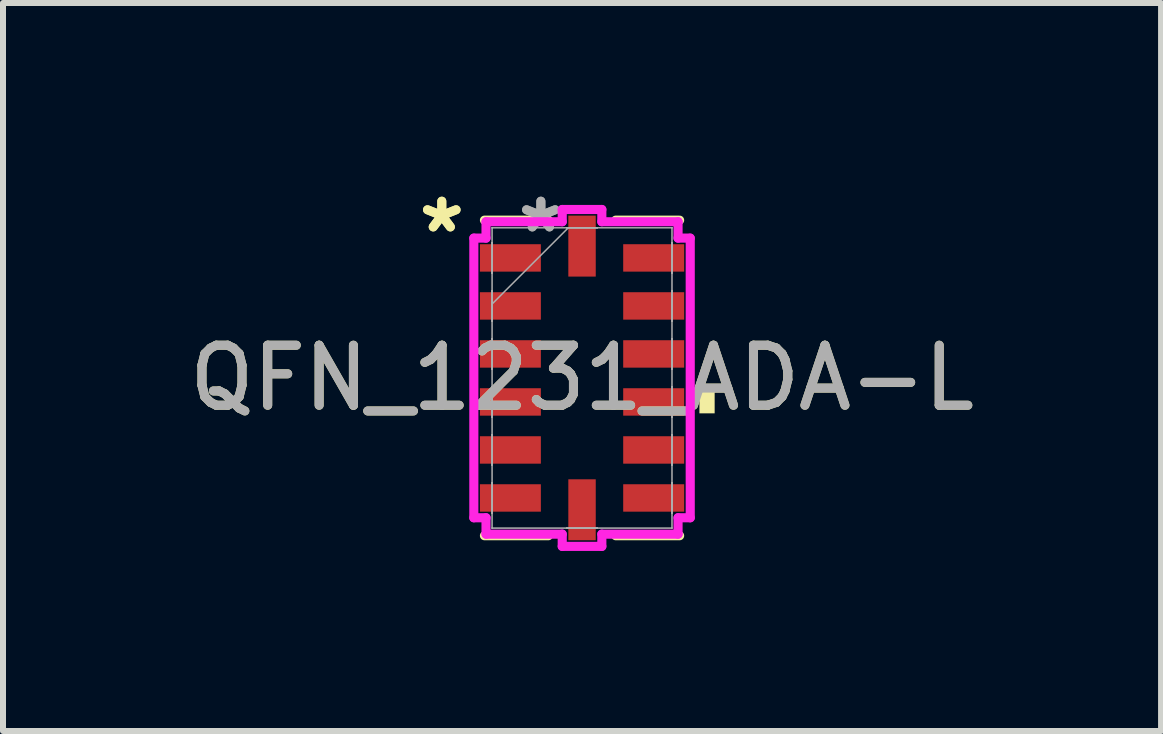
<source format=kicad_pcb>
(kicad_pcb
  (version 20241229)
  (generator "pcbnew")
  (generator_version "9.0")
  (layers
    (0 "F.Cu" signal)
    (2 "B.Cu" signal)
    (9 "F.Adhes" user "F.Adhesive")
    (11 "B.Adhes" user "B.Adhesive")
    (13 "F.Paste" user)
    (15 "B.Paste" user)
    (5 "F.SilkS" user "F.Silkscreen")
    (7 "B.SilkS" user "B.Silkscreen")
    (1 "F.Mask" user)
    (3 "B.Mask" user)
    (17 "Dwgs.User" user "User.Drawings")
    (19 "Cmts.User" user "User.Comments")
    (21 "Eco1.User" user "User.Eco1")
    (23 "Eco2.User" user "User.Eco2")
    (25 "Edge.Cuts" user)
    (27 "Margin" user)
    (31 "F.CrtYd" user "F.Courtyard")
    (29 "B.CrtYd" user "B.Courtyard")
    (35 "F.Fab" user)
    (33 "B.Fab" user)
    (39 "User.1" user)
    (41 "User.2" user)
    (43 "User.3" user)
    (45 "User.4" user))
  (footprint "QFN_1231_ADA-L"
    (layer "F.Cu")
    (at 6.649 3.248)
    (property "Reference" "QFN_1231_ADA-L" (at 0 0 0) (unlocked yes) (layer "F.SilkS") (effects (font (size 1 1) (thickness 0.15))))
    (attr smd)
    (fp_line (start -1.626 2.629) (end -0.561 2.629) (stroke (width 0.152) (type solid)) (layer "F.SilkS"))
    (fp_line (start -0.561 -2.629) (end -1.626 -2.629) (stroke (width 0.152) (type solid)) (layer "F.SilkS"))
    (fp_line (start 0.561 2.629) (end 1.626 2.629) (stroke (width 0.152) (type solid)) (layer "F.SilkS"))
    (fp_line (start 1.626 -2.629) (end 0.561 -2.629) (stroke (width 0.152) (type solid)) (layer "F.SilkS"))
    (fp_poly (pts (xy 2.21 0.209) (xy 2.21 0.59) (xy 1.956 0.59) (xy 1.956 0.209)) (stroke (width 0) (type solid)) (fill yes) (layer "F.SilkS"))
    (fp_line (start -1.803 -2.33) (end -1.6 -2.33) (stroke (width 0.152) (type solid)) (layer "F.CrtYd"))
    (fp_line (start -1.803 2.33) (end -1.803 -2.33) (stroke (width 0.152) (type solid)) (layer "F.CrtYd"))
    (fp_line (start -1.6 -2.603) (end -0.33 -2.603) (stroke (width 0.152) (type solid)) (layer "F.CrtYd"))
    (fp_line (start -1.6 -2.33) (end -1.6 -2.603) (stroke (width 0.152) (type solid)) (layer "F.CrtYd"))
    (fp_line (start -1.6 2.33) (end -1.803 2.33) (stroke (width 0.152) (type solid)) (layer "F.CrtYd"))
    (fp_line (start -1.6 2.603) (end -1.6 2.33) (stroke (width 0.152) (type solid)) (layer "F.CrtYd"))
    (fp_line (start -0.33 -2.807) (end 0.33 -2.807) (stroke (width 0.152) (type solid)) (layer "F.CrtYd"))
    (fp_line (start -0.33 -2.603) (end -0.33 -2.807) (stroke (width 0.152) (type solid)) (layer "F.CrtYd"))
    (fp_line (start -0.33 2.603) (end -1.6 2.603) (stroke (width 0.152) (type solid)) (layer "F.CrtYd"))
    (fp_line (start -0.33 2.807) (end -0.33 2.603) (stroke (width 0.152) (type solid)) (layer "F.CrtYd"))
    (fp_line (start 0.33 -2.807) (end 0.33 -2.603) (stroke (width 0.152) (type solid)) (layer "F.CrtYd"))
    (fp_line (start 0.33 -2.603) (end 1.6 -2.603) (stroke (width 0.152) (type solid)) (layer "F.CrtYd"))
    (fp_line (start 0.33 2.603) (end 0.33 2.807) (stroke (width 0.152) (type solid)) (layer "F.CrtYd"))
    (fp_line (start 0.33 2.807) (end -0.33 2.807) (stroke (width 0.152) (type solid)) (layer "F.CrtYd"))
    (fp_line (start 1.6 -2.603) (end 1.6 -2.33) (stroke (width 0.152) (type solid)) (layer "F.CrtYd"))
    (fp_line (start 1.6 -2.33) (end 1.803 -2.33) (stroke (width 0.152) (type solid)) (layer "F.CrtYd"))
    (fp_line (start 1.6 2.33) (end 1.6 2.603) (stroke (width 0.152) (type solid)) (layer "F.CrtYd"))
    (fp_line (start 1.6 2.603) (end 0.33 2.603) (stroke (width 0.152) (type solid)) (layer "F.CrtYd"))
    (fp_line (start 1.803 -2.33) (end 1.803 2.33) (stroke (width 0.152) (type solid)) (layer "F.CrtYd"))
    (fp_line (start 1.803 2.33) (end 1.6 2.33) (stroke (width 0.152) (type solid)) (layer "F.CrtYd"))
    (fp_line (start -1.499 -2.502) (end -1.499 -2.502) (stroke (width 0.025) (type solid)) (layer "F.Fab"))
    (fp_line (start -1.499 -2.502) (end -1.499 2.502) (stroke (width 0.025) (type solid)) (layer "F.Fab"))
    (fp_line (start -1.499 -2.254) (end -1.499 -2.254) (stroke (width 0.025) (type solid)) (layer "F.Fab"))
    (fp_line (start -1.499 -2.254) (end -1.499 -1.746) (stroke (width 0.025) (type solid)) (layer "F.Fab"))
    (fp_line (start -1.499 -1.746) (end -1.499 -2.254) (stroke (width 0.025) (type solid)) (layer "F.Fab"))
    (fp_line (start -1.499 -1.746) (end -1.499 -1.746) (stroke (width 0.025) (type solid)) (layer "F.Fab"))
    (fp_line (start -1.499 -1.454) (end -1.499 -1.454) (stroke (width 0.025) (type solid)) (layer "F.Fab"))
    (fp_line (start -1.499 -1.454) (end -1.499 -0.946) (stroke (width 0.025) (type solid)) (layer "F.Fab"))
    (fp_line (start -1.499 -1.232) (end -0.229 -2.502) (stroke (width 0.025) (type solid)) (layer "F.Fab"))
    (fp_line (start -1.499 -0.946) (end -1.499 -1.454) (stroke (width 0.025) (type solid)) (layer "F.Fab"))
    (fp_line (start -1.499 -0.946) (end -1.499 -0.946) (stroke (width 0.025) (type solid)) (layer "F.Fab"))
    (fp_line (start -1.499 -0.654) (end -1.499 -0.654) (stroke (width 0.025) (type solid)) (layer "F.Fab"))
    (fp_line (start -1.499 -0.654) (end -1.499 -0.146) (stroke (width 0.025) (type solid)) (layer "F.Fab"))
    (fp_line (start -1.499 -0.146) (end -1.499 -0.654) (stroke (width 0.025) (type solid)) (layer "F.Fab"))
    (fp_line (start -1.499 -0.146) (end -1.499 -0.146) (stroke (width 0.025) (type solid)) (layer "F.Fab"))
    (fp_line (start -1.499 0.146) (end -1.499 0.146) (stroke (width 0.025) (type solid)) (layer "F.Fab"))
    (fp_line (start -1.499 0.146) (end -1.499 0.654) (stroke (width 0.025) (type solid)) (layer "F.Fab"))
    (fp_line (start -1.499 0.654) (end -1.499 0.146) (stroke (width 0.025) (type solid)) (layer "F.Fab"))
    (fp_line (start -1.499 0.654) (end -1.499 0.654) (stroke (width 0.025) (type solid)) (layer "F.Fab"))
    (fp_line (start -1.499 0.946) (end -1.499 0.946) (stroke (width 0.025) (type solid)) (layer "F.Fab"))
    (fp_line (start -1.499 0.946) (end -1.499 1.454) (stroke (width 0.025) (type solid)) (layer "F.Fab"))
    (fp_line (start -1.499 1.454) (end -1.499 0.946) (stroke (width 0.025) (type solid)) (layer "F.Fab"))
    (fp_line (start -1.499 1.454) (end -1.499 1.454) (stroke (width 0.025) (type solid)) (layer "F.Fab"))
    (fp_line (start -1.499 1.746) (end -1.499 1.746) (stroke (width 0.025) (type solid)) (layer "F.Fab"))
    (fp_line (start -1.499 1.746) (end -1.499 2.254) (stroke (width 0.025) (type solid)) (layer "F.Fab"))
    (fp_line (start -1.499 2.254) (end -1.499 1.746) (stroke (width 0.025) (type solid)) (layer "F.Fab"))
    (fp_line (start -1.499 2.254) (end -1.499 2.254) (stroke (width 0.025) (type solid)) (layer "F.Fab"))
    (fp_line (start -1.499 2.502) (end -1.499 2.502) (stroke (width 0.025) (type solid)) (layer "F.Fab"))
    (fp_line (start -1.499 2.502) (end 1.499 2.502) (stroke (width 0.025) (type solid)) (layer "F.Fab"))
    (fp_line (start -0.254 -2.502) (end -0.254 -2.502) (stroke (width 0.025) (type solid)) (layer "F.Fab"))
    (fp_line (start -0.254 -2.502) (end 0.254 -2.502) (stroke (width 0.025) (type solid)) (layer "F.Fab"))
    (fp_line (start -0.254 2.502) (end -0.254 2.502) (stroke (width 0.025) (type solid)) (layer "F.Fab"))
    (fp_line (start -0.254 2.502) (end 0.254 2.502) (stroke (width 0.025) (type solid)) (layer "F.Fab"))
    (fp_line (start 0.254 -2.502) (end -0.254 -2.502) (stroke (width 0.025) (type solid)) (layer "F.Fab"))
    (fp_line (start 0.254 -2.502) (end 0.254 -2.502) (stroke (width 0.025) (type solid)) (layer "F.Fab"))
    (fp_line (start 0.254 2.502) (end -0.254 2.502) (stroke (width 0.025) (type solid)) (layer "F.Fab"))
    (fp_line (start 0.254 2.502) (end 0.254 2.502) (stroke (width 0.025) (type solid)) (layer "F.Fab"))
    (fp_line (start 1.499 -2.502) (end -1.499 -2.502) (stroke (width 0.025) (type solid)) (layer "F.Fab"))
    (fp_line (start 1.499 -2.502) (end 1.499 -2.502) (stroke (width 0.025) (type solid)) (layer "F.Fab"))
    (fp_line (start 1.499 -2.254) (end 1.499 -2.254) (stroke (width 0.025) (type solid)) (layer "F.Fab"))
    (fp_line (start 1.499 -2.254) (end 1.499 -1.746) (stroke (width 0.025) (type solid)) (layer "F.Fab"))
    (fp_line (start 1.499 -1.746) (end 1.499 -2.254) (stroke (width 0.025) (type solid)) (layer "F.Fab"))
    (fp_line (start 1.499 -1.746) (end 1.499 -1.746) (stroke (width 0.025) (type solid)) (layer "F.Fab"))
    (fp_line (start 1.499 -1.454) (end 1.499 -1.454) (stroke (width 0.025) (type solid)) (layer "F.Fab"))
    (fp_line (start 1.499 -1.454) (end 1.499 -0.946) (stroke (width 0.025) (type solid)) (layer "F.Fab"))
    (fp_line (start 1.499 -0.946) (end 1.499 -1.454) (stroke (width 0.025) (type solid)) (layer "F.Fab"))
    (fp_line (start 1.499 -0.946) (end 1.499 -0.946) (stroke (width 0.025) (type solid)) (layer "F.Fab"))
    (fp_line (start 1.499 -0.654) (end 1.499 -0.654) (stroke (width 0.025) (type solid)) (layer "F.Fab"))
    (fp_line (start 1.499 -0.654) (end 1.499 -0.146) (stroke (width 0.025) (type solid)) (layer "F.Fab"))
    (fp_line (start 1.499 -0.146) (end 1.499 -0.654) (stroke (width 0.025) (type solid)) (layer "F.Fab"))
    (fp_line (start 1.499 -0.146) (end 1.499 -0.146) (stroke (width 0.025) (type solid)) (layer "F.Fab"))
    (fp_line (start 1.499 0.146) (end 1.499 0.146) (stroke (width 0.025) (type solid)) (layer "F.Fab"))
    (fp_line (start 1.499 0.146) (end 1.499 0.654) (stroke (width 0.025) (type solid)) (layer "F.Fab"))
    (fp_line (start 1.499 0.654) (end 1.499 0.146) (stroke (width 0.025) (type solid)) (layer "F.Fab"))
    (fp_line (start 1.499 0.654) (end 1.499 0.654) (stroke (width 0.025) (type solid)) (layer "F.Fab"))
    (fp_line (start 1.499 0.946) (end 1.499 0.946) (stroke (width 0.025) (type solid)) (layer "F.Fab"))
    (fp_line (start 1.499 0.946) (end 1.499 1.454) (stroke (width 0.025) (type solid)) (layer "F.Fab"))
    (fp_line (start 1.499 1.454) (end 1.499 0.946) (stroke (width 0.025) (type solid)) (layer "F.Fab"))
    (fp_line (start 1.499 1.454) (end 1.499 1.454) (stroke (width 0.025) (type solid)) (layer "F.Fab"))
    (fp_line (start 1.499 1.746) (end 1.499 1.746) (stroke (width 0.025) (type solid)) (layer "F.Fab"))
    (fp_line (start 1.499 1.746) (end 1.499 2.254) (stroke (width 0.025) (type solid)) (layer "F.Fab"))
    (fp_line (start 1.499 2.254) (end 1.499 1.746) (stroke (width 0.025) (type solid)) (layer "F.Fab"))
    (fp_line (start 1.499 2.254) (end 1.499 2.254) (stroke (width 0.025) (type solid)) (layer "F.Fab"))
    (fp_line (start 1.499 2.502) (end 1.499 -2.502) (stroke (width 0.025) (type solid)) (layer "F.Fab"))
    (fp_line (start 1.499 2.502) (end 1.499 2.502) (stroke (width 0.025) (type solid)) (layer "F.Fab"))
    (fp_text user "*" (at -2.337 -2.4 0) (unlocked yes) (layer "F.SilkS") (effects (font (size 1 1) (thickness 0.15))))
    (fp_text user "*" (at -2.337 -2.4 0) (layer "F.SilkS") (effects (font (size 1 1) (thickness 0.15))))
    (fp_text user "*" (at -0.686 -2.4 0) (layer "F.Fab") (effects (font (size 1 1) (thickness 0.15))))
    (fp_text user "${REFERENCE}" (at 0 0 0) (unlocked yes) (layer "F.Fab") (effects (font (size 1 1) (thickness 0.15))))
    (fp_text user "*" (at -0.686 -2.4 0) (unlocked yes) (layer "F.Fab") (effects (font (size 1 1) (thickness 0.15))))
    (pad "1" smd rect (at -1.194 -2 90) (size 0.457 1.016) (layers "F.Cu" "F.Mask" "F.Paste"))
    (pad "2" smd rect (at -1.194 -1.2 90) (size 0.457 1.016) (layers "F.Cu" "F.Mask" "F.Paste"))
    (pad "3" smd rect (at -1.194 -0.4 90) (size 0.457 1.016) (layers "F.Cu" "F.Mask" "F.Paste"))
    (pad "4" smd rect (at -1.194 0.4 90) (size 0.457 1.016) (layers "F.Cu" "F.Mask" "F.Paste"))
    (pad "5" smd rect (at -1.194 1.2 90) (size 0.457 1.016) (layers "F.Cu" "F.Mask" "F.Paste"))
    (pad "6" smd rect (at -1.194 2 90) (size 0.457 1.016) (layers "F.Cu" "F.Mask" "F.Paste"))
    (pad "7" smd rect (at 0 2.197) (size 0.457 1.016) (layers "F.Cu" "F.Mask" "F.Paste"))
    (pad "8" smd rect (at 1.194 2 90) (size 0.457 1.016) (layers "F.Cu" "F.Mask" "F.Paste"))
    (pad "9" smd rect (at 1.194 1.2 90) (size 0.457 1.016) (layers "F.Cu" "F.Mask" "F.Paste"))
    (pad "10" smd rect (at 1.194 0.4 90) (size 0.457 1.016) (layers "F.Cu" "F.Mask" "F.Paste"))
    (pad "11" smd rect (at 1.194 -0.4 90) (size 0.457 1.016) (layers "F.Cu" "F.Mask" "F.Paste"))
    (pad "12" smd rect (at 1.194 -1.2 90) (size 0.457 1.016) (layers "F.Cu" "F.Mask" "F.Paste"))
    (pad "13" smd rect (at 1.194 -2 90) (size 0.457 1.016) (layers "F.Cu" "F.Mask" "F.Paste"))
    (pad "14" smd rect (at 0 -2.197) (size 0.457 1.016) (layers "F.Cu" "F.Mask" "F.Paste")))
  (gr_rect
    (start -3 -3)
    (end 16.298 9.131)
    (stroke (width 0.1) (type default))
    (fill no)
    (layer "Edge.Cuts")))
</source>
